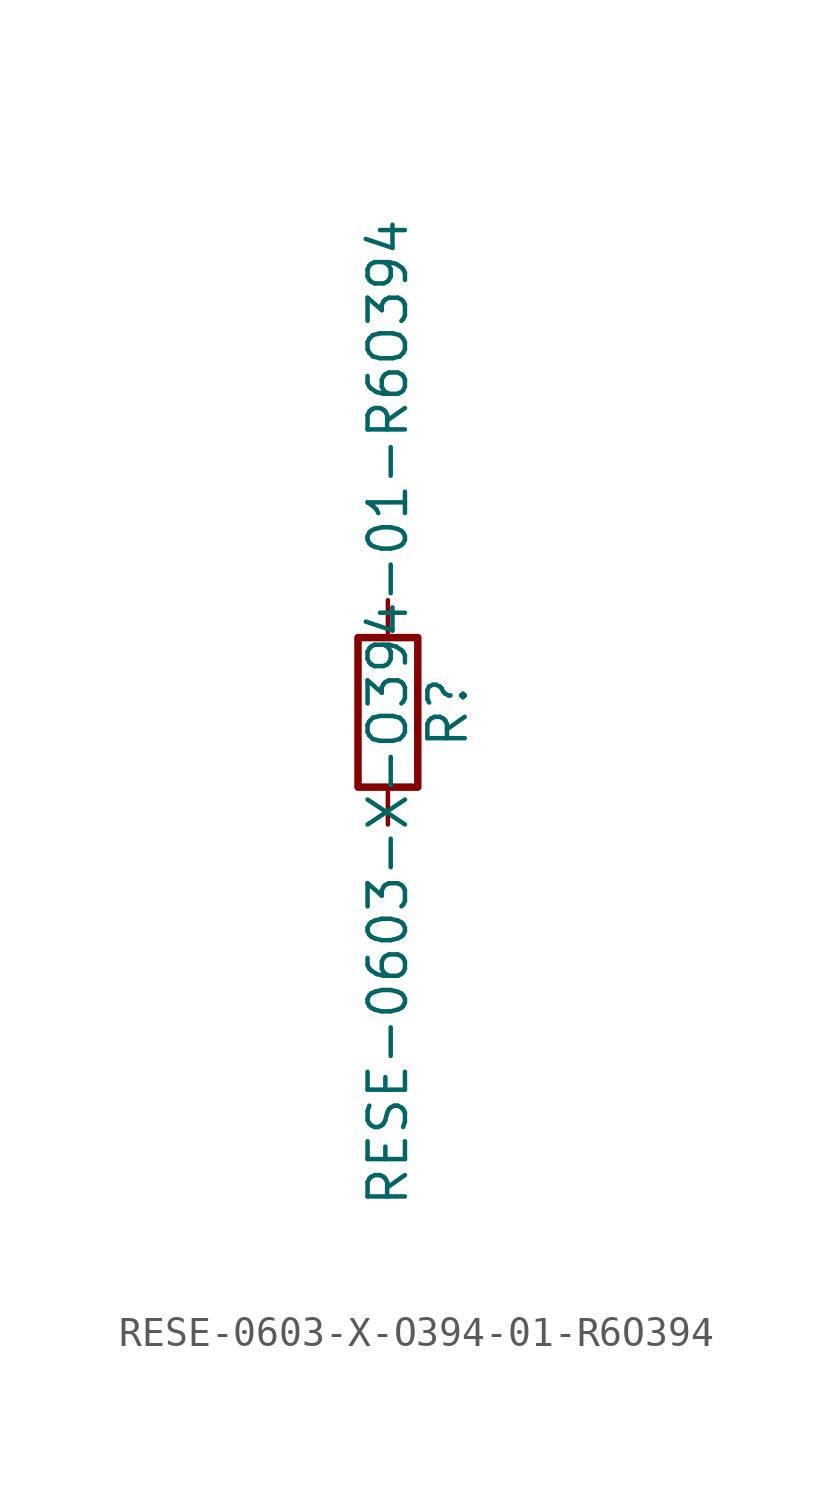
<source format=kicad_sym>
(kicad_symbol_lib
  (version 20211014)
  (generator kicad_symbol_editor)
  (symbol "RESE-0603-X-O394-01-R6O394"
    (pin_numbers hide)
    (pin_names
      (offset 0))
    (property "Reference" "R"
      (at 2.032 0 90)
      (effects (font (size 1.27 1.27))))
    (property "Value" "RESE-0603-X-O394-01-R6O394"
      (at 0 0 90)
      (effects (font (size 1.27 1.27))))
    (symbol "RESE-0603-X-O394-01-R6O394_0_1"
      (rectangle (start -1.016 -2.54) (end 1.016 2.54) (stroke (width 0.254) (type default) (color 0 0 0 0)) (fill (type none))))
    (symbol "RESE-0603-X-O394-01-R6O394_1_1"
      (pin passive line (at 0 3.81 270) (length 1.27) (name "~" (effects (font (size 1.27 1.27)))) (number "1" (effects (font (size 1.27 1.27)))))
      (pin passive line (at 0 -3.81 90) (length 1.27) (name "~" (effects (font (size 1.27 1.27)))) (number "2" (effects (font (size 1.27 1.27))))))))
</source>
